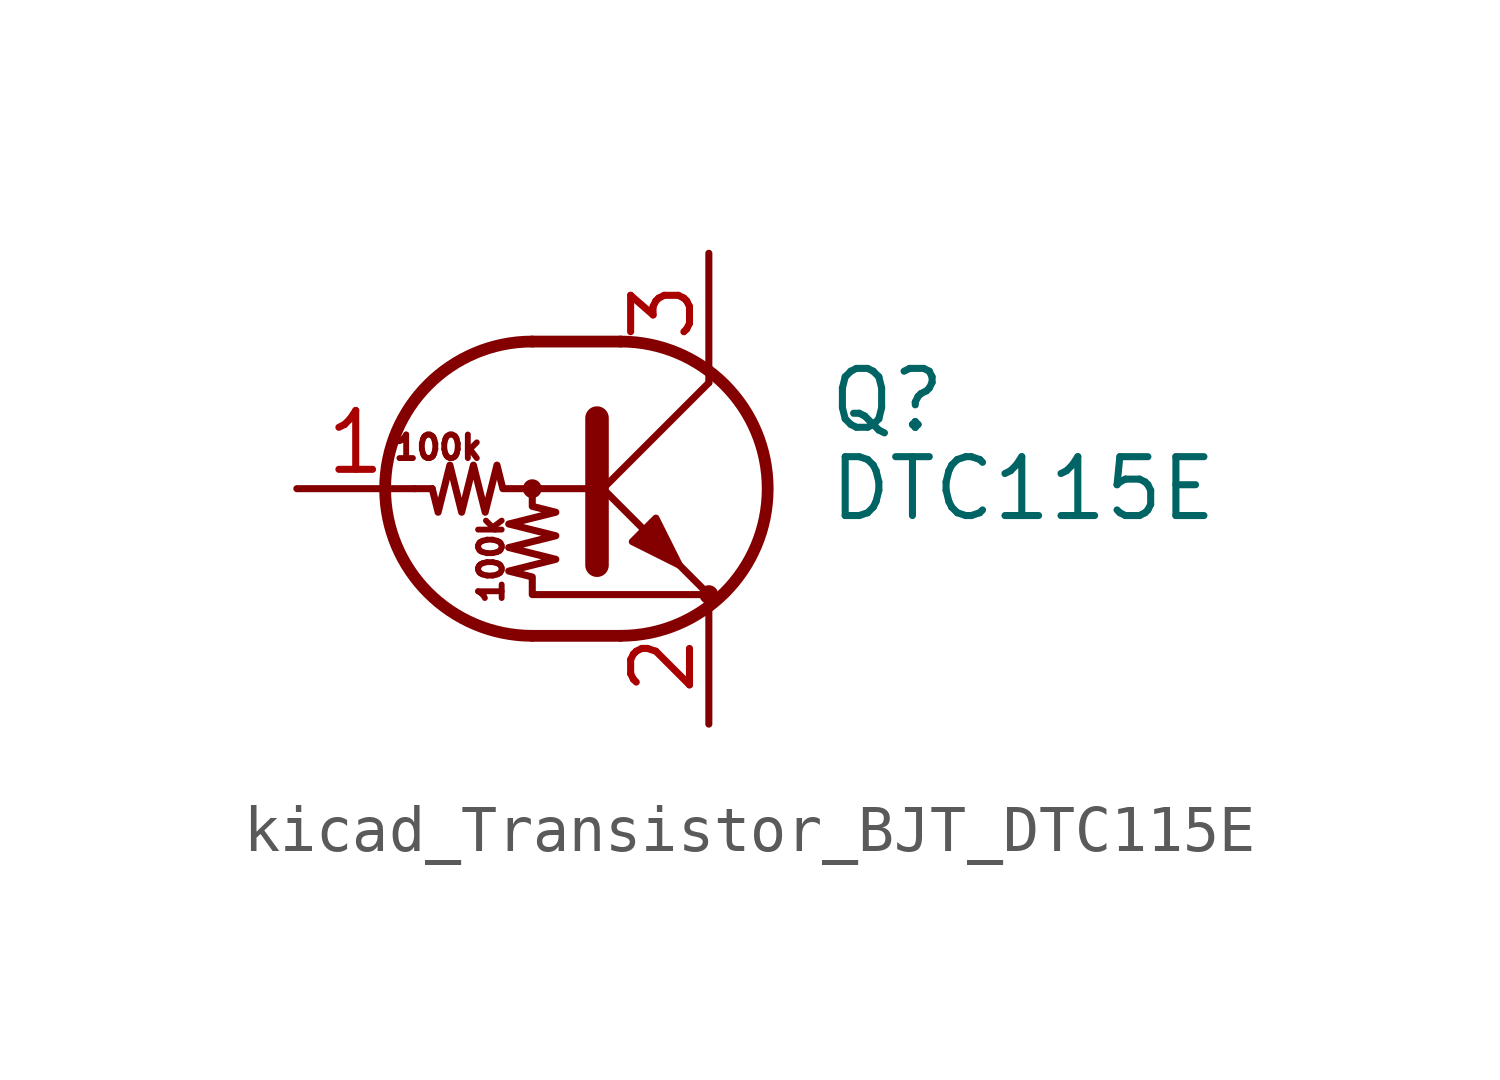
<source format=kicad_sym>
(kicad_symbol_lib
  (version 20220914)
  (generator kicad_symbol_editor)
  (symbol "kicad_Transistor_BJT_DTC115E"
    (pin_names
      (offset 0) hide)
    (property "Reference" "Q"
      (at 5.08 1.905 0)
      (effects (font (size 1.27 1.27)) (justify left)))
    (property "Value" "DTC115E"
      (at 5.08 0 0)
      (effects (font (size 1.27 1.27)) (justify left)))
    (symbol "kicad_Transistor_BJT_DTC115E_0_0"
      (text "100k" (at -3.302 0.889 0) (effects (font (size 0.508 0.508))))
      (text "100k" (at -2.159 -1.524 900) (effects (font (size 0.508 0.508)))))
    (symbol "kicad_Transistor_BJT_DTC115E_0_1"
      (circle (center -1.27 0) (radius 0.127) (stroke (width 0) (type default)) (fill (type none)))
      (arc (start -1.27 3.175) (mid -4.4312 0) (end -1.27 -3.175) (stroke (width 0.254) (type default)) (fill (type none)))
      (polyline (pts (xy -3.429 0) (xy -3.81 0)) (stroke (width 0) (type default)) (fill (type none)))
      (polyline (pts (xy -1.27 -3.175) (xy 0.635 -3.175)) (stroke (width 0.254) (type default)) (fill (type none)))
      (polyline (pts (xy -1.27 3.175) (xy 0.635 3.175)) (stroke (width 0.254) (type default)) (fill (type none)))
      (polyline (pts (xy 0 -0.254) (xy 2.54 2.286)) (stroke (width 0) (type default)) (fill (type none)))
      (polyline (pts (xy 0.127 1.524) (xy 0.127 -1.651)) (stroke (width 0.508) (type default)) (fill (type outline)))
      (polyline (pts (xy 2.54 2.286) (xy 2.54 2.54)) (stroke (width 0) (type default)) (fill (type none)))
      (polyline (pts (xy 2.54 -2.286) (xy 0 0.254) (xy 0 0.254)) (stroke (width 0) (type default)) (fill (type none)))
      (polyline (pts (xy 0.889 -1.143) (xy 1.397 -0.635) (xy 1.905 -1.651) (xy 0.889 -1.143)) (stroke (width 0) (type default)) (fill (type outline)))
      (polyline (pts (xy 0 0) (xy -1.905 0) (xy -2.032 0.508) (xy -2.286 -0.508) (xy -2.54 0.508) (xy -2.794 -0.508) (xy -3.048 0.508) (xy -3.302 -0.508) (xy -3.429 0)) (stroke (width 0) (type default)) (fill (type none)))
      (polyline (pts (xy -1.27 0) (xy -1.27 -0.381) (xy -0.762 -0.508) (xy -1.778 -0.762) (xy -0.762 -1.016) (xy -1.778 -1.27) (xy -0.762 -1.524) (xy -1.778 -1.778) (xy -1.27 -1.905) (xy -1.27 -2.286) (xy 2.54 -2.286)) (stroke (width 0) (type default)) (fill (type none)))
      (arc (start 0.635 -3.175) (mid 3.7962 0) (end 0.635 3.175) (stroke (width 0.254) (type default)) (fill (type none)))
      (circle (center 2.54 -2.286) (radius 0.127) (stroke (width 0) (type default)) (fill (type none))))
    (symbol "kicad_Transistor_BJT_DTC115E_1_1"
      (pin input line (at -6.35 0 0) (length 2.54) (name "B" (effects (font (size 1.27 1.27)))) (number "1" (effects (font (size 1.27 1.27)))))
      (pin passive line (at 2.54 -5.08 90) (length 2.54) (name "E" (effects (font (size 1.27 1.27)))) (number "2" (effects (font (size 1.27 1.27)))))
      (pin passive line (at 2.54 5.08 270) (length 2.54) (name "C" (effects (font (size 1.27 1.27)))) (number "3" (effects (font (size 1.27 1.27))))))))
</source>
